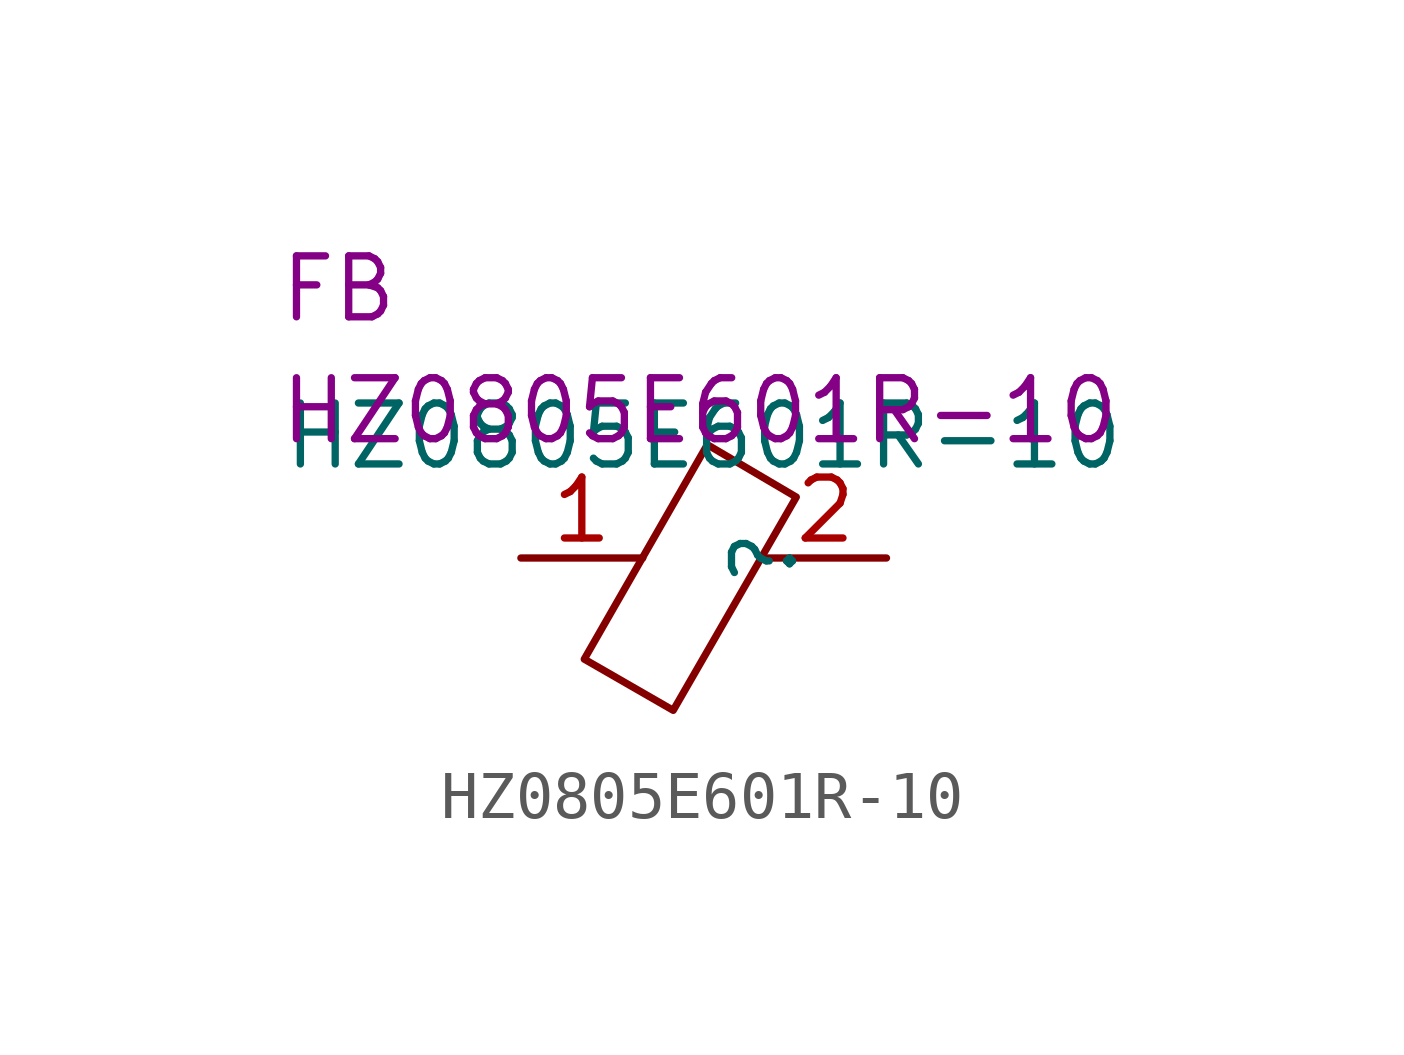
<source format=kicad_sym>
(kicad_symbol_lib
  (version 20211014)
  (generator kicad_symbol_editor)
  (symbol "HZ0805E601R-10"
    (property "Reference" ""
      (at 1.27 0 90)
      (effects (font (size 1.27 1.27))))
    (property "Value" "HZ0805E601R-10"
      (at 0 2.54 0)
      (effects (font (size 1.27 1.27))))
    (property "Reference_1" "FB"
      (at -8.89 6.35 0)
      (effects (font (size 1.27 1.27)) (justify left top)))
    (property "Value_1" "HZ0805E601R-10"
      (at -8.89 3.81 0)
      (effects (font (size 1.27 1.27)) (justify left top)))
    (symbol "HZ0805E601R-10_0_1"
      (polyline (pts (xy -0.635 -3.175) (xy -2.489 -2.108) (xy 0.076 2.362) (xy 1.93 1.27) (xy -0.635 -3.175)) (stroke (width 0) (type default) (color 0 0 0 0)) (fill (type none))))
    (symbol "HZ0805E601R-10_1_1"
      (pin passive line (at -3.81 0 0) (length 2.54) (name "~" (effects (font (size 1.27 1.27)))) (number "1" (effects (font (size 1.27 1.27)))))
      (pin passive line (at 3.81 0 180) (length 2.54) (name "~" (effects (font (size 1.27 1.27)))) (number "2" (effects (font (size 1.27 1.27))))))))
</source>
